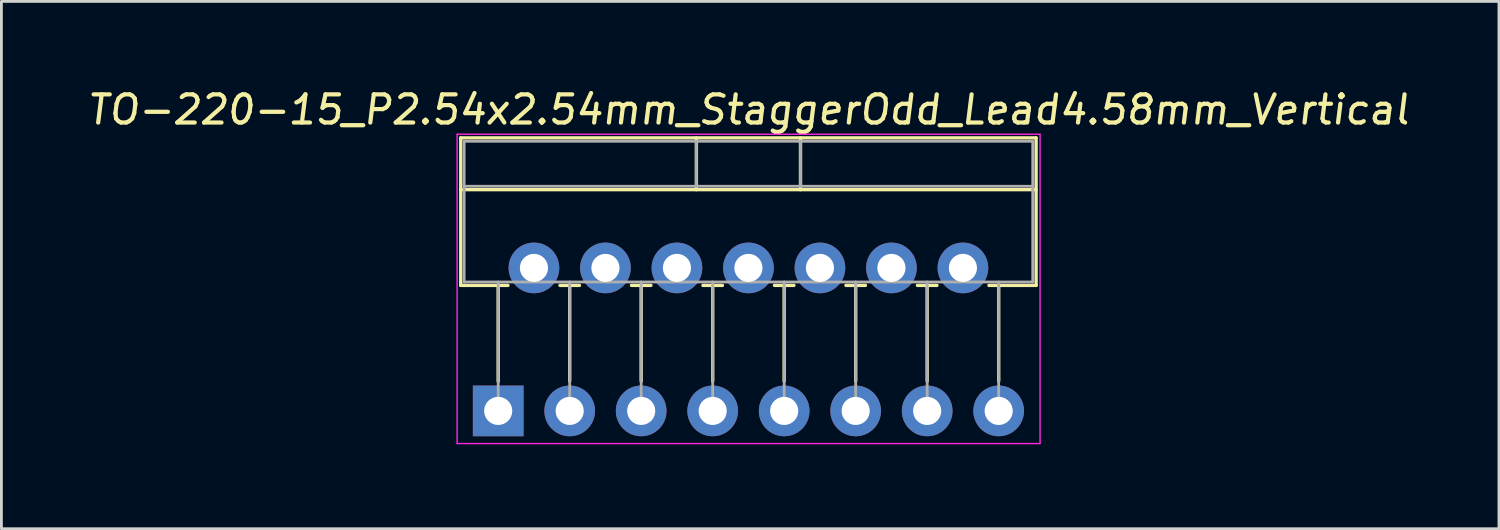
<source format=kicad_pcb>
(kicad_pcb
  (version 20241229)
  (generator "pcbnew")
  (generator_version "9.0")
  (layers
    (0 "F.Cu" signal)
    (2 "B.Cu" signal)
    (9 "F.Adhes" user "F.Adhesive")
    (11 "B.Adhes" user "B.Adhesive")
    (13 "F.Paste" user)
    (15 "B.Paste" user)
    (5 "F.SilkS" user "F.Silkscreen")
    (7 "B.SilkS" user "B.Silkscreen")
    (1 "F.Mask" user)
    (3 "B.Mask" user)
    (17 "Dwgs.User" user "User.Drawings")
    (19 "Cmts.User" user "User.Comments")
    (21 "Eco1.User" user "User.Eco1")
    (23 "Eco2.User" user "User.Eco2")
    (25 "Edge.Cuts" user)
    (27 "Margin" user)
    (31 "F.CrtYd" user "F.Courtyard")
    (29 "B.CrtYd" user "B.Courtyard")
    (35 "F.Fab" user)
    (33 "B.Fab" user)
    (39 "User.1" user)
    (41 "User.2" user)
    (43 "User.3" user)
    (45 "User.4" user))
  (footprint "TO-220-15_P2.54x2.54mm_StaggerOdd_Lead4.58mm_Vertical"
    (layer "F.Cu")
    (at 14.649 11.548)
    (property "Reference" "TO-220-15_P2.54x2.54mm_StaggerOdd_Lead4.58mm_Vertical" (at 8.89 -10.7 0) (layer "F.SilkS") (effects (font (size 1 1) (thickness 0.15) (italic yes))))
    (attr through_hole)
    (fp_line (start -1.33 -9.7) (end -1.33 -4.459) (stroke (width 0.12) (type solid)) (layer "F.SilkS"))
    (fp_line (start -1.33 -9.7) (end 19.11 -9.7) (stroke (width 0.12) (type solid)) (layer "F.SilkS"))
    (fp_line (start -1.33 -7.86) (end 19.11 -7.86) (stroke (width 0.12) (type solid)) (layer "F.SilkS"))
    (fp_line (start -1.33 -4.459) (end 0.346 -4.459) (stroke (width 0.12) (type solid)) (layer "F.SilkS"))
    (fp_line (start 0 -4.459) (end 0 -1.05) (stroke (width 0.12) (type solid)) (layer "F.SilkS"))
    (fp_line (start 2.195 -4.459) (end 2.886 -4.459) (stroke (width 0.12) (type solid)) (layer "F.SilkS"))
    (fp_line (start 2.54 -4.459) (end 2.54 -1.065) (stroke (width 0.12) (type solid)) (layer "F.SilkS"))
    (fp_line (start 4.735 -4.459) (end 5.426 -4.459) (stroke (width 0.12) (type solid)) (layer "F.SilkS"))
    (fp_line (start 5.08 -4.459) (end 5.08 -1.065) (stroke (width 0.12) (type solid)) (layer "F.SilkS"))
    (fp_line (start 7.041 -9.7) (end 7.041 -7.86) (stroke (width 0.12) (type solid)) (layer "F.SilkS"))
    (fp_line (start 7.275 -4.459) (end 7.966 -4.459) (stroke (width 0.12) (type solid)) (layer "F.SilkS"))
    (fp_line (start 7.62 -4.459) (end 7.62 -1.065) (stroke (width 0.12) (type solid)) (layer "F.SilkS"))
    (fp_line (start 9.815 -4.459) (end 10.506 -4.459) (stroke (width 0.12) (type solid)) (layer "F.SilkS"))
    (fp_line (start 10.16 -4.459) (end 10.16 -1.065) (stroke (width 0.12) (type solid)) (layer "F.SilkS"))
    (fp_line (start 10.74 -9.7) (end 10.74 -7.86) (stroke (width 0.12) (type solid)) (layer "F.SilkS"))
    (fp_line (start 12.355 -4.459) (end 13.046 -4.459) (stroke (width 0.12) (type solid)) (layer "F.SilkS"))
    (fp_line (start 12.7 -4.459) (end 12.7 -1.065) (stroke (width 0.12) (type solid)) (layer "F.SilkS"))
    (fp_line (start 14.895 -4.459) (end 15.586 -4.459) (stroke (width 0.12) (type solid)) (layer "F.SilkS"))
    (fp_line (start 15.24 -4.459) (end 15.24 -1.065) (stroke (width 0.12) (type solid)) (layer "F.SilkS"))
    (fp_line (start 17.435 -4.459) (end 19.11 -4.459) (stroke (width 0.12) (type solid)) (layer "F.SilkS"))
    (fp_line (start 17.78 -4.459) (end 17.78 -1.065) (stroke (width 0.12) (type solid)) (layer "F.SilkS"))
    (fp_line (start 19.11 -9.7) (end 19.11 -4.459) (stroke (width 0.12) (type solid)) (layer "F.SilkS"))
    (fp_line (start -1.46 -9.83) (end -1.46 1.16) (stroke (width 0.05) (type solid)) (layer "F.CrtYd"))
    (fp_line (start -1.46 1.16) (end 19.25 1.16) (stroke (width 0.05) (type solid)) (layer "F.CrtYd"))
    (fp_line (start 19.25 -9.83) (end -1.46 -9.83) (stroke (width 0.05) (type solid)) (layer "F.CrtYd"))
    (fp_line (start 19.25 1.16) (end 19.25 -9.83) (stroke (width 0.05) (type solid)) (layer "F.CrtYd"))
    (fp_line (start -1.21 -9.58) (end -1.21 -4.58) (stroke (width 0.1) (type solid)) (layer "F.Fab"))
    (fp_line (start -1.21 -7.98) (end 18.99 -7.98) (stroke (width 0.1) (type solid)) (layer "F.Fab"))
    (fp_line (start -1.21 -4.58) (end 18.99 -4.58) (stroke (width 0.1) (type solid)) (layer "F.Fab"))
    (fp_line (start 0 -4.58) (end 0 0) (stroke (width 0.1) (type solid)) (layer "F.Fab"))
    (fp_line (start 2.54 -4.58) (end 2.54 0) (stroke (width 0.1) (type solid)) (layer "F.Fab"))
    (fp_line (start 5.08 -4.58) (end 5.08 0) (stroke (width 0.1) (type solid)) (layer "F.Fab"))
    (fp_line (start 7.04 -9.58) (end 7.04 -7.98) (stroke (width 0.1) (type solid)) (layer "F.Fab"))
    (fp_line (start 7.62 -4.58) (end 7.62 0) (stroke (width 0.1) (type solid)) (layer "F.Fab"))
    (fp_line (start 10.16 -4.58) (end 10.16 0) (stroke (width 0.1) (type solid)) (layer "F.Fab"))
    (fp_line (start 10.74 -9.58) (end 10.74 -7.98) (stroke (width 0.1) (type solid)) (layer "F.Fab"))
    (fp_line (start 12.7 -4.58) (end 12.7 0) (stroke (width 0.1) (type solid)) (layer "F.Fab"))
    (fp_line (start 15.24 -4.58) (end 15.24 0) (stroke (width 0.1) (type solid)) (layer "F.Fab"))
    (fp_line (start 17.78 -4.58) (end 17.78 0) (stroke (width 0.1) (type solid)) (layer "F.Fab"))
    (fp_line (start 18.99 -9.58) (end -1.21 -9.58) (stroke (width 0.1) (type solid)) (layer "F.Fab"))
    (fp_line (start 18.99 -4.58) (end 18.99 -9.58) (stroke (width 0.1) (type solid)) (layer "F.Fab"))
    (pad "1" thru_hole rect (at 0 0) (size 1.8 1.8) (drill 1) (layers "*.Cu" "*.Mask"))
    (pad "2" thru_hole oval (at 1.27 -5.08) (size 1.8 1.8) (drill 1) (layers "*.Cu" "*.Mask"))
    (pad "3" thru_hole oval (at 2.54 0) (size 1.8 1.8) (drill 1) (layers "*.Cu" "*.Mask"))
    (pad "4" thru_hole oval (at 3.81 -5.08) (size 1.8 1.8) (drill 1) (layers "*.Cu" "*.Mask"))
    (pad "5" thru_hole oval (at 5.08 0) (size 1.8 1.8) (drill 1) (layers "*.Cu" "*.Mask"))
    (pad "6" thru_hole oval (at 6.35 -5.08) (size 1.8 1.8) (drill 1) (layers "*.Cu" "*.Mask"))
    (pad "7" thru_hole oval (at 7.62 0) (size 1.8 1.8) (drill 1) (layers "*.Cu" "*.Mask"))
    (pad "8" thru_hole oval (at 8.89 -5.08) (size 1.8 1.8) (drill 1) (layers "*.Cu" "*.Mask"))
    (pad "9" thru_hole oval (at 10.16 0) (size 1.8 1.8) (drill 1) (layers "*.Cu" "*.Mask"))
    (pad "10" thru_hole oval (at 11.43 -5.08) (size 1.8 1.8) (drill 1) (layers "*.Cu" "*.Mask"))
    (pad "11" thru_hole oval (at 12.7 0) (size 1.8 1.8) (drill 1) (layers "*.Cu" "*.Mask"))
    (pad "12" thru_hole oval (at 13.97 -5.08) (size 1.8 1.8) (drill 1) (layers "*.Cu" "*.Mask"))
    (pad "13" thru_hole oval (at 15.24 0) (size 1.8 1.8) (drill 1) (layers "*.Cu" "*.Mask"))
    (pad "14" thru_hole oval (at 16.51 -5.08) (size 1.8 1.8) (drill 1) (layers "*.Cu" "*.Mask"))
    (pad "15" thru_hole oval (at 17.78 0) (size 1.8 1.8) (drill 1) (layers "*.Cu" "*.Mask")))
  (gr_rect
    (start -3 -3)
    (end 50.202 15.733)
    (stroke (width 0.1) (type default))
    (fill no)
    (layer "Edge.Cuts")))
</source>
